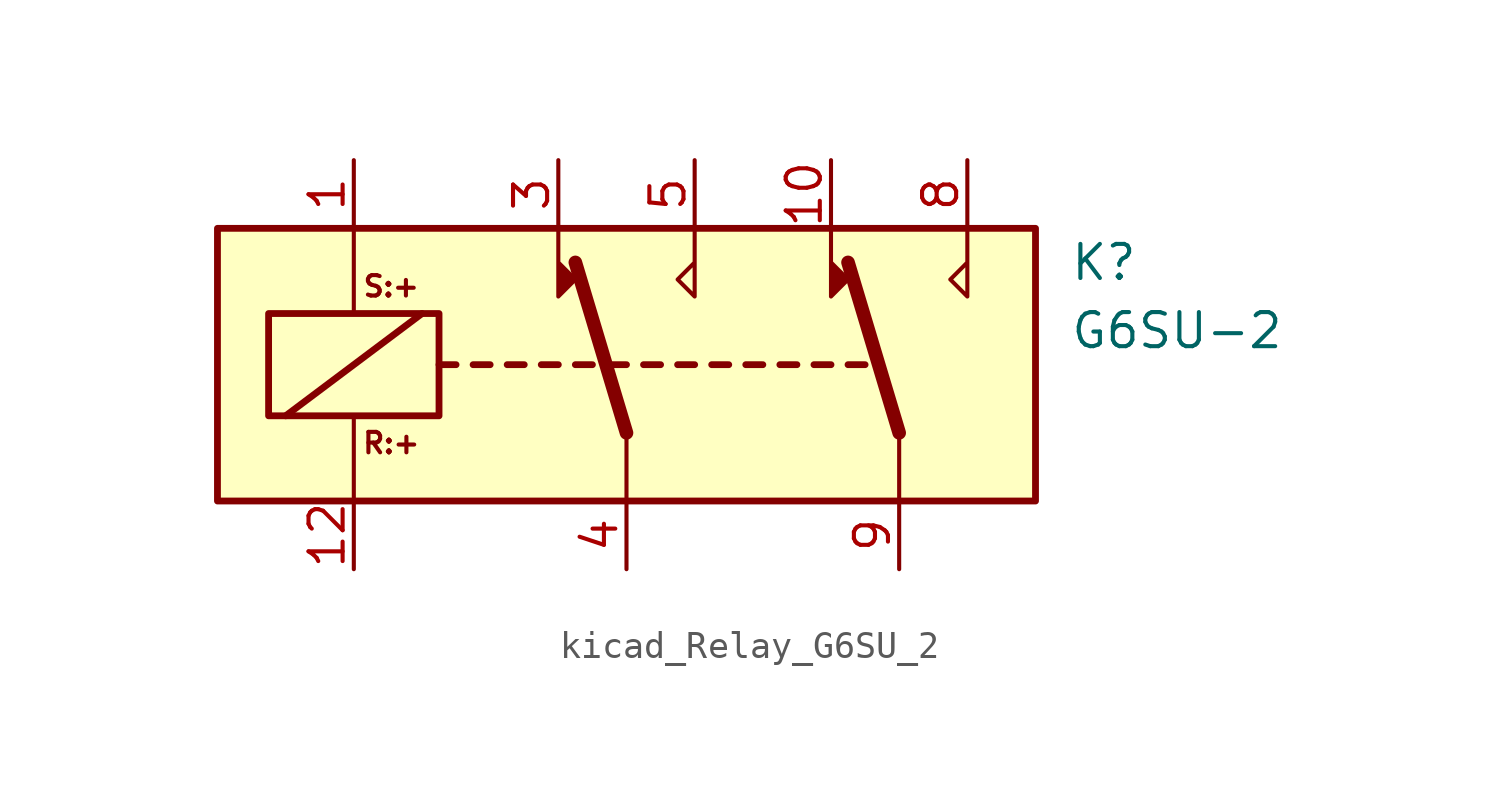
<source format=kicad_sym>
(kicad_symbol_lib
  (version 20220914)
  (generator kicad_symbol_editor)
  (symbol "kicad_Relay_G6SU_2"
    (property "Reference" "K"
      (at 16.51 3.81 0)
      (effects (font (size 1.27 1.27)) (justify left)))
    (property "Value" "G6SU-2"
      (at 16.51 1.27 0)
      (effects (font (size 1.27 1.27)) (justify left)))
    (symbol "kicad_Relay_G6SU_2_0_0"
      (text "R:+" (at -8.763 -2.921 0) (effects (font (size 0.762 0.762))))
      (text "S:+" (at -8.763 2.921 0) (effects (font (size 0.762 0.762)))))
    (symbol "kicad_Relay_G6SU_2_0_1"
      (rectangle (start -15.24 5.08) (end 15.24 -5.08) (stroke (width 0.254) (type default)) (fill (type background)))
      (rectangle (start -13.335 1.905) (end -6.985 -1.905) (stroke (width 0.254) (type default)) (fill (type none)))
      (polyline (pts (xy -12.7 -1.905) (xy -7.62 1.905)) (stroke (width 0.254) (type default)) (fill (type none)))
      (polyline (pts (xy -10.16 -5.08) (xy -10.16 -1.905)) (stroke (width 0) (type default)) (fill (type none)))
      (polyline (pts (xy -10.16 5.08) (xy -10.16 1.905)) (stroke (width 0) (type default)) (fill (type none)))
      (polyline (pts (xy -6.985 0) (xy -6.35 0)) (stroke (width 0.254) (type default)) (fill (type none)))
      (polyline (pts (xy -5.715 0) (xy -5.08 0)) (stroke (width 0.254) (type default)) (fill (type none)))
      (polyline (pts (xy -4.445 0) (xy -3.81 0)) (stroke (width 0.254) (type default)) (fill (type none)))
      (polyline (pts (xy -3.175 0) (xy -2.54 0)) (stroke (width 0.254) (type default)) (fill (type none)))
      (polyline (pts (xy -1.905 0) (xy -1.27 0)) (stroke (width 0.254) (type default)) (fill (type none)))
      (polyline (pts (xy -0.635 0) (xy 0 0)) (stroke (width 0.254) (type default)) (fill (type none)))
      (polyline (pts (xy 0 -2.54) (xy -1.905 3.81)) (stroke (width 0.508) (type default)) (fill (type none)))
      (polyline (pts (xy 0 -2.54) (xy 0 -5.08)) (stroke (width 0) (type default)) (fill (type none)))
      (polyline (pts (xy 0.635 0) (xy 1.27 0)) (stroke (width 0.254) (type default)) (fill (type none)))
      (polyline (pts (xy 1.905 0) (xy 2.54 0)) (stroke (width 0.254) (type default)) (fill (type none)))
      (polyline (pts (xy 3.175 0) (xy 3.81 0)) (stroke (width 0.254) (type default)) (fill (type none)))
      (polyline (pts (xy 4.445 0) (xy 5.08 0)) (stroke (width 0.254) (type default)) (fill (type none)))
      (polyline (pts (xy 5.715 0) (xy 6.35 0)) (stroke (width 0.254) (type default)) (fill (type none)))
      (polyline (pts (xy 6.985 0) (xy 7.62 0)) (stroke (width 0.254) (type default)) (fill (type none)))
      (polyline (pts (xy 8.255 0) (xy 8.89 0)) (stroke (width 0.254) (type default)) (fill (type none)))
      (polyline (pts (xy 10.16 -2.54) (xy 8.255 3.81)) (stroke (width 0.508) (type default)) (fill (type none)))
      (polyline (pts (xy 10.16 -2.54) (xy 10.16 -5.08)) (stroke (width 0) (type default)) (fill (type none)))
      (polyline (pts (xy -2.54 5.08) (xy -2.54 2.54) (xy -1.905 3.175) (xy -2.54 3.81)) (stroke (width 0) (type default)) (fill (type outline)))
      (polyline (pts (xy 2.54 5.08) (xy 2.54 2.54) (xy 1.905 3.175) (xy 2.54 3.81)) (stroke (width 0) (type default)) (fill (type none)))
      (polyline (pts (xy 7.62 5.08) (xy 7.62 2.54) (xy 8.255 3.175) (xy 7.62 3.81)) (stroke (width 0) (type default)) (fill (type outline)))
      (polyline (pts (xy 12.7 5.08) (xy 12.7 2.54) (xy 12.065 3.175) (xy 12.7 3.81)) (stroke (width 0) (type default)) (fill (type none))))
    (symbol "kicad_Relay_G6SU_2_1_1"
      (pin passive line (at -10.16 7.62 270) (length 2.54) (name "~" (effects (font (size 1.27 1.27)))) (number "1" (effects (font (size 1.27 1.27)))))
      (pin passive line (at 7.62 7.62 270) (length 2.54) (name "~" (effects (font (size 1.27 1.27)))) (number "10" (effects (font (size 1.27 1.27)))))
      (pin passive line (at -10.16 -7.62 90) (length 2.54) (name "~" (effects (font (size 1.27 1.27)))) (number "12" (effects (font (size 1.27 1.27)))))
      (pin passive line (at -2.54 7.62 270) (length 2.54) (name "~" (effects (font (size 1.27 1.27)))) (number "3" (effects (font (size 1.27 1.27)))))
      (pin passive line (at 0 -7.62 90) (length 2.54) (name "~" (effects (font (size 1.27 1.27)))) (number "4" (effects (font (size 1.27 1.27)))))
      (pin passive line (at 2.54 7.62 270) (length 2.54) (name "~" (effects (font (size 1.27 1.27)))) (number "5" (effects (font (size 1.27 1.27)))))
      (pin passive line (at 12.7 7.62 270) (length 2.54) (name "~" (effects (font (size 1.27 1.27)))) (number "8" (effects (font (size 1.27 1.27)))))
      (pin passive line (at 10.16 -7.62 90) (length 2.54) (name "~" (effects (font (size 1.27 1.27)))) (number "9" (effects (font (size 1.27 1.27))))))))
</source>
